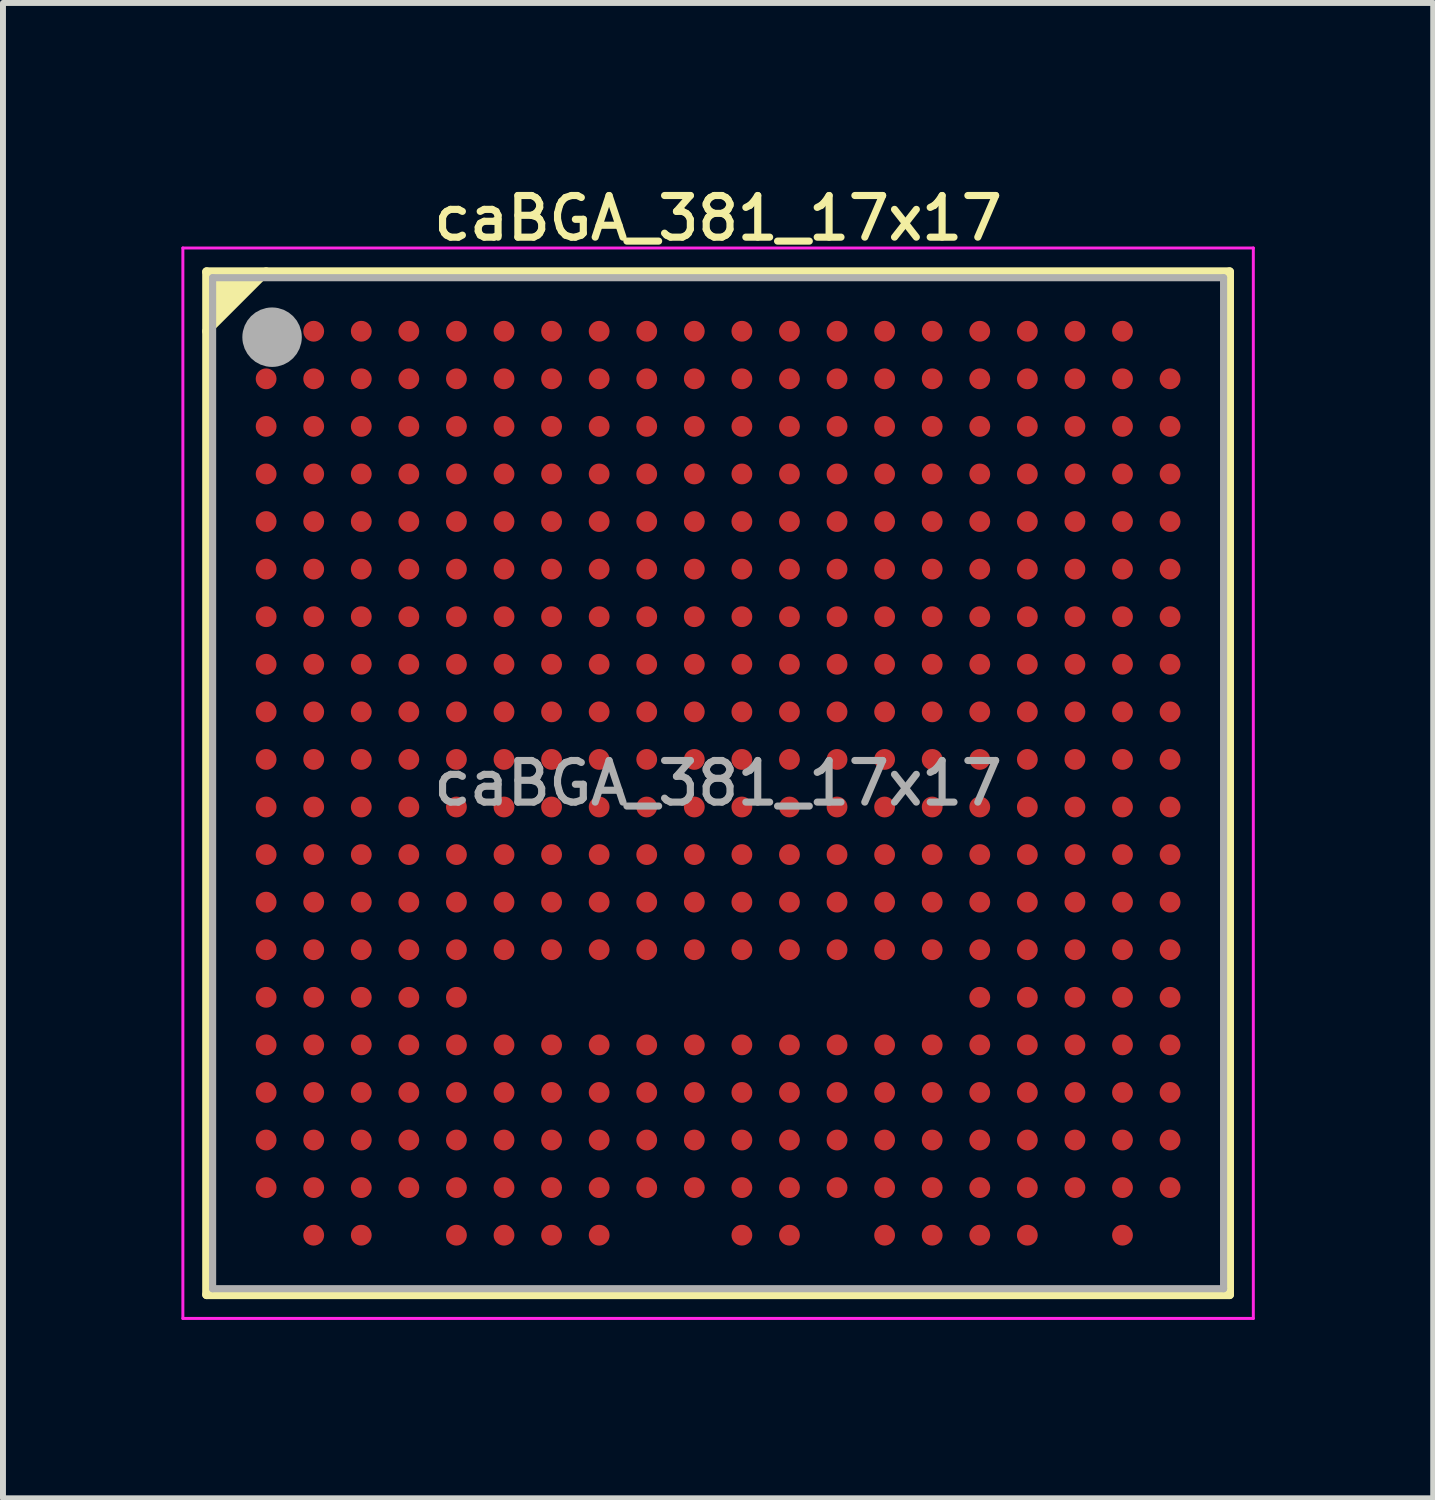
<source format=kicad_pcb>
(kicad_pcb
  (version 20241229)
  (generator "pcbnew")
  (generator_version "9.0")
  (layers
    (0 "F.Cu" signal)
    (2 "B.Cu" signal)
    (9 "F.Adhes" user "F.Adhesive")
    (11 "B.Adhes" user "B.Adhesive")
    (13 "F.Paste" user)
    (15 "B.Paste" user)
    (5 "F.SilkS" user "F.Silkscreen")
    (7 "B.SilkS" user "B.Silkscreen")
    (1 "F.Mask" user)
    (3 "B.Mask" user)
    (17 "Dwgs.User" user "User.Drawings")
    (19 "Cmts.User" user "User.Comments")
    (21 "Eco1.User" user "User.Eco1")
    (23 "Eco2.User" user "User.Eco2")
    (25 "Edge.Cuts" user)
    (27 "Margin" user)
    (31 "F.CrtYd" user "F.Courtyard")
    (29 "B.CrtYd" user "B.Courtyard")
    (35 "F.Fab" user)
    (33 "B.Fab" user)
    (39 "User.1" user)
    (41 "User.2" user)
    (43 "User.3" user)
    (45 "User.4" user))
  (footprint "caBGA_381_17x17"
    (layer "F.Cu")
    (at 9.025 10.12)
    (property "Reference" "caBGA_381_17x17" (at 0 -9.5 0) (layer "F.SilkS") (effects (font (size 0.7 0.7) (thickness 0.12))))
    (property "Value" "${VALUE}" (at 0 7.5 0) (layer "F.Fab") (hide yes) (effects (font (size 0.7 0.7) (thickness 0.12))))
    (attr through_hole)
    (fp_line (start -8.6 -8.6) (end 8.6 -8.6) (stroke (width 0.15) (type solid)) (layer "F.SilkS"))
    (fp_line (start -8.6 8.6) (end -8.6 -8.6) (stroke (width 0.15) (type solid)) (layer "F.SilkS"))
    (fp_line (start -7.6 -8.6) (end -8.6 -7.6) (stroke (width 0.15) (type solid)) (layer "F.SilkS"))
    (fp_line (start 8.6 -8.6) (end 8.6 8.6) (stroke (width 0.15) (type solid)) (layer "F.SilkS"))
    (fp_line (start 8.6 8.6) (end -8.6 8.6) (stroke (width 0.15) (type solid)) (layer "F.SilkS"))
    (fp_poly (pts (xy -8.6 -7.6) (xy -8.6 -8.6) (xy -7.6 -8.6)) (stroke (width 0.1) (type solid)) (fill yes) (layer "F.SilkS"))
    (fp_line (start -9 -9) (end 9 -9) (stroke (width 0.05) (type solid)) (layer "F.CrtYd"))
    (fp_line (start -9 9) (end -9 -9) (stroke (width 0.05) (type solid)) (layer "F.CrtYd"))
    (fp_line (start 9 -9) (end 9 9) (stroke (width 0.05) (type solid)) (layer "F.CrtYd"))
    (fp_line (start 9 9) (end -9 9) (stroke (width 0.05) (type solid)) (layer "F.CrtYd"))
    (fp_line (start -8.5 -8.5) (end 8.5 -8.5) (stroke (width 0.12) (type solid)) (layer "F.Fab"))
    (fp_line (start -8.5 8.5) (end -8.5 -8.5) (stroke (width 0.12) (type solid)) (layer "F.Fab"))
    (fp_line (start 8.5 -8.5) (end 8.5 8.5) (stroke (width 0.12) (type solid)) (layer "F.Fab"))
    (fp_line (start 8.5 8.5) (end -8.5 8.5) (stroke (width 0.12) (type solid)) (layer "F.Fab"))
    (fp_circle (center -7.5 -7.5) (end -7.25 -7.5) (stroke (width 0.5) (type solid)) (fill no) (layer "F.Fab"))
    (fp_text user "${REFERENCE}" (at 0 0 0) (layer "F.Fab") (effects (font (size 0.7 0.7) (thickness 0.12))))
    (pad "A2" smd circle (at -6.8 -7.6 90) (size 0.35 0.35) (layers "F.Cu" "F.Mask" "F.Paste"))
    (pad "A3" smd circle (at -6 -7.6 90) (size 0.35 0.35) (layers "F.Cu" "F.Mask" "F.Paste"))
    (pad "A4" smd circle (at -5.2 -7.6 90) (size 0.35 0.35) (layers "F.Cu" "F.Mask" "F.Paste"))
    (pad "A5" smd circle (at -4.4 -7.6 90) (size 0.35 0.35) (layers "F.Cu" "F.Mask" "F.Paste"))
    (pad "A6" smd circle (at -3.6 -7.6 90) (size 0.35 0.35) (layers "F.Cu" "F.Mask" "F.Paste"))
    (pad "A7" smd circle (at -2.8 -7.6 90) (size 0.35 0.35) (layers "F.Cu" "F.Mask" "F.Paste"))
    (pad "A8" smd circle (at -2 -7.6 90) (size 0.35 0.35) (layers "F.Cu" "F.Mask" "F.Paste"))
    (pad "A9" smd circle (at -1.2 -7.6 90) (size 0.35 0.35) (layers "F.Cu" "F.Mask" "F.Paste"))
    (pad "A10" smd circle (at -0.4 -7.6 90) (size 0.35 0.35) (layers "F.Cu" "F.Mask" "F.Paste"))
    (pad "A11" smd circle (at 0.4 -7.6 90) (size 0.35 0.35) (layers "F.Cu" "F.Mask" "F.Paste"))
    (pad "A12" smd circle (at 1.2 -7.6 90) (size 0.35 0.35) (layers "F.Cu" "F.Mask" "F.Paste"))
    (pad "A13" smd circle (at 2 -7.6 90) (size 0.35 0.35) (layers "F.Cu" "F.Mask" "F.Paste"))
    (pad "A14" smd circle (at 2.8 -7.6 90) (size 0.35 0.35) (layers "F.Cu" "F.Mask" "F.Paste"))
    (pad "A15" smd circle (at 3.6 -7.6 90) (size 0.35 0.35) (layers "F.Cu" "F.Mask" "F.Paste"))
    (pad "A16" smd circle (at 4.4 -7.6 90) (size 0.35 0.35) (layers "F.Cu" "F.Mask" "F.Paste"))
    (pad "A17" smd circle (at 5.2 -7.6 90) (size 0.35 0.35) (layers "F.Cu" "F.Mask" "F.Paste"))
    (pad "A18" smd circle (at 6 -7.6 90) (size 0.35 0.35) (layers "F.Cu" "F.Mask" "F.Paste"))
    (pad "A19" smd circle (at 6.8 -7.6 90) (size 0.35 0.35) (layers "F.Cu" "F.Mask" "F.Paste"))
    (pad "B1" smd circle (at -7.6 -6.8 90) (size 0.35 0.35) (layers "F.Cu" "F.Mask" "F.Paste"))
    (pad "B2" smd circle (at -6.8 -6.8 90) (size 0.35 0.35) (layers "F.Cu" "F.Mask" "F.Paste"))
    (pad "B3" smd circle (at -6 -6.8 90) (size 0.35 0.35) (layers "F.Cu" "F.Mask" "F.Paste"))
    (pad "B4" smd circle (at -5.2 -6.8 90) (size 0.35 0.35) (layers "F.Cu" "F.Mask" "F.Paste"))
    (pad "B5" smd circle (at -4.4 -6.8 90) (size 0.35 0.35) (layers "F.Cu" "F.Mask" "F.Paste"))
    (pad "B6" smd circle (at -3.6 -6.8 90) (size 0.35 0.35) (layers "F.Cu" "F.Mask" "F.Paste"))
    (pad "B7" smd circle (at -2.8 -6.8 90) (size 0.35 0.35) (layers "F.Cu" "F.Mask" "F.Paste"))
    (pad "B8" smd circle (at -2 -6.8 90) (size 0.35 0.35) (layers "F.Cu" "F.Mask" "F.Paste"))
    (pad "B9" smd circle (at -1.2 -6.8 90) (size 0.35 0.35) (layers "F.Cu" "F.Mask" "F.Paste"))
    (pad "B10" smd circle (at -0.4 -6.8 90) (size 0.35 0.35) (layers "F.Cu" "F.Mask" "F.Paste"))
    (pad "B11" smd circle (at 0.4 -6.8 90) (size 0.35 0.35) (layers "F.Cu" "F.Mask" "F.Paste"))
    (pad "B12" smd circle (at 1.2 -6.8 90) (size 0.35 0.35) (layers "F.Cu" "F.Mask" "F.Paste"))
    (pad "B13" smd circle (at 2 -6.8 90) (size 0.35 0.35) (layers "F.Cu" "F.Mask" "F.Paste"))
    (pad "B14" smd circle (at 2.8 -6.8 90) (size 0.35 0.35) (layers "F.Cu" "F.Mask" "F.Paste"))
    (pad "B15" smd circle (at 3.6 -6.8 90) (size 0.35 0.35) (layers "F.Cu" "F.Mask" "F.Paste"))
    (pad "B16" smd circle (at 4.4 -6.8 90) (size 0.35 0.35) (layers "F.Cu" "F.Mask" "F.Paste"))
    (pad "B17" smd circle (at 5.2 -6.8 90) (size 0.35 0.35) (layers "F.Cu" "F.Mask" "F.Paste"))
    (pad "B18" smd circle (at 6 -6.8 90) (size 0.35 0.35) (layers "F.Cu" "F.Mask" "F.Paste"))
    (pad "B19" smd circle (at 6.8 -6.8 90) (size 0.35 0.35) (layers "F.Cu" "F.Mask" "F.Paste"))
    (pad "B20" smd circle (at 7.6 -6.8 90) (size 0.35 0.35) (layers "F.Cu" "F.Mask" "F.Paste"))
    (pad "C1" smd circle (at -7.6 -6 90) (size 0.35 0.35) (layers "F.Cu" "F.Mask" "F.Paste"))
    (pad "C2" smd circle (at -6.8 -6 90) (size 0.35 0.35) (layers "F.Cu" "F.Mask" "F.Paste"))
    (pad "C3" smd circle (at -6 -6 90) (size 0.35 0.35) (layers "F.Cu" "F.Mask" "F.Paste"))
    (pad "C4" smd circle (at -5.2 -6 90) (size 0.35 0.35) (layers "F.Cu" "F.Mask" "F.Paste"))
    (pad "C5" smd circle (at -4.4 -6 90) (size 0.35 0.35) (layers "F.Cu" "F.Mask" "F.Paste"))
    (pad "C6" smd circle (at -3.6 -6 90) (size 0.35 0.35) (layers "F.Cu" "F.Mask" "F.Paste"))
    (pad "C7" smd circle (at -2.8 -6 90) (size 0.35 0.35) (layers "F.Cu" "F.Mask" "F.Paste"))
    (pad "C8" smd circle (at -2 -6 90) (size 0.35 0.35) (layers "F.Cu" "F.Mask" "F.Paste"))
    (pad "C9" smd circle (at -1.2 -6 90) (size 0.35 0.35) (layers "F.Cu" "F.Mask" "F.Paste"))
    (pad "C10" smd circle (at -0.4 -6 90) (size 0.35 0.35) (layers "F.Cu" "F.Mask" "F.Paste"))
    (pad "C11" smd circle (at 0.4 -6 90) (size 0.35 0.35) (layers "F.Cu" "F.Mask" "F.Paste"))
    (pad "C12" smd circle (at 1.2 -6 90) (size 0.35 0.35) (layers "F.Cu" "F.Mask" "F.Paste"))
    (pad "C13" smd circle (at 2 -6 90) (size 0.35 0.35) (layers "F.Cu" "F.Mask" "F.Paste"))
    (pad "C14" smd circle (at 2.8 -6 90) (size 0.35 0.35) (layers "F.Cu" "F.Mask" "F.Paste"))
    (pad "C15" smd circle (at 3.6 -6 90) (size 0.35 0.35) (layers "F.Cu" "F.Mask" "F.Paste"))
    (pad "C16" smd circle (at 4.4 -6 90) (size 0.35 0.35) (layers "F.Cu" "F.Mask" "F.Paste"))
    (pad "C17" smd circle (at 5.2 -6 90) (size 0.35 0.35) (layers "F.Cu" "F.Mask" "F.Paste"))
    (pad "C18" smd circle (at 6 -6 90) (size 0.35 0.35) (layers "F.Cu" "F.Mask" "F.Paste"))
    (pad "C19" smd circle (at 6.8 -6 90) (size 0.35 0.35) (layers "F.Cu" "F.Mask" "F.Paste"))
    (pad "C20" smd circle (at 7.6 -6 90) (size 0.35 0.35) (layers "F.Cu" "F.Mask" "F.Paste"))
    (pad "D1" smd circle (at -7.6 -5.2 90) (size 0.35 0.35) (layers "F.Cu" "F.Mask" "F.Paste"))
    (pad "D2" smd circle (at -6.8 -5.2 90) (size 0.35 0.35) (layers "F.Cu" "F.Mask" "F.Paste"))
    (pad "D3" smd circle (at -6 -5.2 90) (size 0.35 0.35) (layers "F.Cu" "F.Mask" "F.Paste"))
    (pad "D4" smd circle (at -5.2 -5.2 90) (size 0.35 0.35) (layers "F.Cu" "F.Mask" "F.Paste"))
    (pad "D5" smd circle (at -4.4 -5.2 90) (size 0.35 0.35) (layers "F.Cu" "F.Mask" "F.Paste"))
    (pad "D6" smd circle (at -3.6 -5.2 90) (size 0.35 0.35) (layers "F.Cu" "F.Mask" "F.Paste"))
    (pad "D7" smd circle (at -2.8 -5.2 90) (size 0.35 0.35) (layers "F.Cu" "F.Mask" "F.Paste"))
    (pad "D8" smd circle (at -2 -5.2 90) (size 0.35 0.35) (layers "F.Cu" "F.Mask" "F.Paste"))
    (pad "D9" smd circle (at -1.2 -5.2 90) (size 0.35 0.35) (layers "F.Cu" "F.Mask" "F.Paste"))
    (pad "D10" smd circle (at -0.4 -5.2 90) (size 0.35 0.35) (layers "F.Cu" "F.Mask" "F.Paste"))
    (pad "D11" smd circle (at 0.4 -5.2 90) (size 0.35 0.35) (layers "F.Cu" "F.Mask" "F.Paste"))
    (pad "D12" smd circle (at 1.2 -5.2 90) (size 0.35 0.35) (layers "F.Cu" "F.Mask" "F.Paste"))
    (pad "D13" smd circle (at 2 -5.2 90) (size 0.35 0.35) (layers "F.Cu" "F.Mask" "F.Paste"))
    (pad "D14" smd circle (at 2.8 -5.2 90) (size 0.35 0.35) (layers "F.Cu" "F.Mask" "F.Paste"))
    (pad "D15" smd circle (at 3.6 -5.2 90) (size 0.35 0.35) (layers "F.Cu" "F.Mask" "F.Paste"))
    (pad "D16" smd circle (at 4.4 -5.2 90) (size 0.35 0.35) (layers "F.Cu" "F.Mask" "F.Paste"))
    (pad "D17" smd circle (at 5.2 -5.2 90) (size 0.35 0.35) (layers "F.Cu" "F.Mask" "F.Paste"))
    (pad "D18" smd circle (at 6 -5.2 90) (size 0.35 0.35) (layers "F.Cu" "F.Mask" "F.Paste"))
    (pad "D19" smd circle (at 6.8 -5.2 90) (size 0.35 0.35) (layers "F.Cu" "F.Mask" "F.Paste"))
    (pad "D20" smd circle (at 7.6 -5.2 90) (size 0.35 0.35) (layers "F.Cu" "F.Mask" "F.Paste"))
    (pad "E1" smd circle (at -7.6 -4.4 90) (size 0.35 0.35) (layers "F.Cu" "F.Mask" "F.Paste"))
    (pad "E2" smd circle (at -6.8 -4.4 90) (size 0.35 0.35) (layers "F.Cu" "F.Mask" "F.Paste"))
    (pad "E3" smd circle (at -6 -4.4 90) (size 0.35 0.35) (layers "F.Cu" "F.Mask" "F.Paste"))
    (pad "E4" smd circle (at -5.2 -4.4 90) (size 0.35 0.35) (layers "F.Cu" "F.Mask" "F.Paste"))
    (pad "E5" smd circle (at -4.4 -4.4 90) (size 0.35 0.35) (layers "F.Cu" "F.Mask" "F.Paste"))
    (pad "E6" smd circle (at -3.6 -4.4 90) (size 0.35 0.35) (layers "F.Cu" "F.Mask" "F.Paste"))
    (pad "E7" smd circle (at -2.8 -4.4 90) (size 0.35 0.35) (layers "F.Cu" "F.Mask" "F.Paste"))
    (pad "E8" smd circle (at -2 -4.4 90) (size 0.35 0.35) (layers "F.Cu" "F.Mask" "F.Paste"))
    (pad "E9" smd circle (at -1.2 -4.4 90) (size 0.35 0.35) (layers "F.Cu" "F.Mask" "F.Paste"))
    (pad "E10" smd circle (at -0.4 -4.4 90) (size 0.35 0.35) (layers "F.Cu" "F.Mask" "F.Paste"))
    (pad "E11" smd circle (at 0.4 -4.4 90) (size 0.35 0.35) (layers "F.Cu" "F.Mask" "F.Paste"))
    (pad "E12" smd circle (at 1.2 -4.4 90) (size 0.35 0.35) (layers "F.Cu" "F.Mask" "F.Paste"))
    (pad "E13" smd circle (at 2 -4.4 90) (size 0.35 0.35) (layers "F.Cu" "F.Mask" "F.Paste"))
    (pad "E14" smd circle (at 2.8 -4.4 90) (size 0.35 0.35) (layers "F.Cu" "F.Mask" "F.Paste"))
    (pad "E15" smd circle (at 3.6 -4.4 90) (size 0.35 0.35) (layers "F.Cu" "F.Mask" "F.Paste"))
    (pad "E16" smd circle (at 4.4 -4.4 90) (size 0.35 0.35) (layers "F.Cu" "F.Mask" "F.Paste"))
    (pad "E17" smd circle (at 5.2 -4.4 90) (size 0.35 0.35) (layers "F.Cu" "F.Mask" "F.Paste"))
    (pad "E18" smd circle (at 6 -4.4 90) (size 0.35 0.35) (layers "F.Cu" "F.Mask" "F.Paste"))
    (pad "E19" smd circle (at 6.8 -4.4 90) (size 0.35 0.35) (layers "F.Cu" "F.Mask" "F.Paste"))
    (pad "E20" smd circle (at 7.6 -4.4 90) (size 0.35 0.35) (layers "F.Cu" "F.Mask" "F.Paste"))
    (pad "F1" smd circle (at -7.6 -3.6 90) (size 0.35 0.35) (layers "F.Cu" "F.Mask" "F.Paste"))
    (pad "F2" smd circle (at -6.8 -3.6 90) (size 0.35 0.35) (layers "F.Cu" "F.Mask" "F.Paste"))
    (pad "F3" smd circle (at -6 -3.6 90) (size 0.35 0.35) (layers "F.Cu" "F.Mask" "F.Paste"))
    (pad "F4" smd circle (at -5.2 -3.6 90) (size 0.35 0.35) (layers "F.Cu" "F.Mask" "F.Paste"))
    (pad "F5" smd circle (at -4.4 -3.6 90) (size 0.35 0.35) (layers "F.Cu" "F.Mask" "F.Paste"))
    (pad "F6" smd circle (at -3.6 -3.6 90) (size 0.35 0.35) (layers "F.Cu" "F.Mask" "F.Paste"))
    (pad "F7" smd circle (at -2.8 -3.6 90) (size 0.35 0.35) (layers "F.Cu" "F.Mask" "F.Paste"))
    (pad "F8" smd circle (at -2 -3.6 90) (size 0.35 0.35) (layers "F.Cu" "F.Mask" "F.Paste"))
    (pad "F9" smd circle (at -1.2 -3.6 90) (size 0.35 0.35) (layers "F.Cu" "F.Mask" "F.Paste"))
    (pad "F10" smd circle (at -0.4 -3.6 90) (size 0.35 0.35) (layers "F.Cu" "F.Mask" "F.Paste"))
    (pad "F11" smd circle (at 0.4 -3.6 90) (size 0.35 0.35) (layers "F.Cu" "F.Mask" "F.Paste"))
    (pad "F12" smd circle (at 1.2 -3.6 90) (size 0.35 0.35) (layers "F.Cu" "F.Mask" "F.Paste"))
    (pad "F13" smd circle (at 2 -3.6 90) (size 0.35 0.35) (layers "F.Cu" "F.Mask" "F.Paste"))
    (pad "F14" smd circle (at 2.8 -3.6 90) (size 0.35 0.35) (layers "F.Cu" "F.Mask" "F.Paste"))
    (pad "F15" smd circle (at 3.6 -3.6 90) (size 0.35 0.35) (layers "F.Cu" "F.Mask" "F.Paste"))
    (pad "F16" smd circle (at 4.4 -3.6 90) (size 0.35 0.35) (layers "F.Cu" "F.Mask" "F.Paste"))
    (pad "F17" smd circle (at 5.2 -3.6 90) (size 0.35 0.35) (layers "F.Cu" "F.Mask" "F.Paste"))
    (pad "F18" smd circle (at 6 -3.6 90) (size 0.35 0.35) (layers "F.Cu" "F.Mask" "F.Paste"))
    (pad "F19" smd circle (at 6.8 -3.6 90) (size 0.35 0.35) (layers "F.Cu" "F.Mask" "F.Paste"))
    (pad "F20" smd circle (at 7.6 -3.6 90) (size 0.35 0.35) (layers "F.Cu" "F.Mask" "F.Paste"))
    (pad "G1" smd circle (at -7.6 -2.8 90) (size 0.35 0.35) (layers "F.Cu" "F.Mask" "F.Paste"))
    (pad "G2" smd circle (at -6.8 -2.8 90) (size 0.35 0.35) (layers "F.Cu" "F.Mask" "F.Paste"))
    (pad "G3" smd circle (at -6 -2.8 90) (size 0.35 0.35) (layers "F.Cu" "F.Mask" "F.Paste"))
    (pad "G4" smd circle (at -5.2 -2.8 90) (size 0.35 0.35) (layers "F.Cu" "F.Mask" "F.Paste"))
    (pad "G5" smd circle (at -4.4 -2.8 90) (size 0.35 0.35) (layers "F.Cu" "F.Mask" "F.Paste"))
    (pad "G6" smd circle (at -3.6 -2.8 90) (size 0.35 0.35) (layers "F.Cu" "F.Mask" "F.Paste"))
    (pad "G7" smd circle (at -2.8 -2.8 90) (size 0.35 0.35) (layers "F.Cu" "F.Mask" "F.Paste"))
    (pad "G8" smd circle (at -2 -2.8 90) (size 0.35 0.35) (layers "F.Cu" "F.Mask" "F.Paste"))
    (pad "G9" smd circle (at -1.2 -2.8 90) (size 0.35 0.35) (layers "F.Cu" "F.Mask" "F.Paste"))
    (pad "G10" smd circle (at -0.4 -2.8 90) (size 0.35 0.35) (layers "F.Cu" "F.Mask" "F.Paste"))
    (pad "G11" smd circle (at 0.4 -2.8 90) (size 0.35 0.35) (layers "F.Cu" "F.Mask" "F.Paste"))
    (pad "G12" smd circle (at 1.2 -2.8 90) (size 0.35 0.35) (layers "F.Cu" "F.Mask" "F.Paste"))
    (pad "G13" smd circle (at 2 -2.8 90) (size 0.35 0.35) (layers "F.Cu" "F.Mask" "F.Paste"))
    (pad "G14" smd circle (at 2.8 -2.8 90) (size 0.35 0.35) (layers "F.Cu" "F.Mask" "F.Paste"))
    (pad "G15" smd circle (at 3.6 -2.8 90) (size 0.35 0.35) (layers "F.Cu" "F.Mask" "F.Paste"))
    (pad "G16" smd circle (at 4.4 -2.8 90) (size 0.35 0.35) (layers "F.Cu" "F.Mask" "F.Paste"))
    (pad "G17" smd circle (at 5.2 -2.8 90) (size 0.35 0.35) (layers "F.Cu" "F.Mask" "F.Paste"))
    (pad "G18" smd circle (at 6 -2.8 90) (size 0.35 0.35) (layers "F.Cu" "F.Mask" "F.Paste"))
    (pad "G19" smd circle (at 6.8 -2.8 90) (size 0.35 0.35) (layers "F.Cu" "F.Mask" "F.Paste"))
    (pad "G20" smd circle (at 7.6 -2.8 90) (size 0.35 0.35) (layers "F.Cu" "F.Mask" "F.Paste"))
    (pad "H1" smd circle (at -7.6 -2 90) (size 0.35 0.35) (layers "F.Cu" "F.Mask" "F.Paste"))
    (pad "H2" smd circle (at -6.8 -2 90) (size 0.35 0.35) (layers "F.Cu" "F.Mask" "F.Paste"))
    (pad "H3" smd circle (at -6 -2 90) (size 0.35 0.35) (layers "F.Cu" "F.Mask" "F.Paste"))
    (pad "H4" smd circle (at -5.2 -2 90) (size 0.35 0.35) (layers "F.Cu" "F.Mask" "F.Paste"))
    (pad "H5" smd circle (at -4.4 -2 90) (size 0.35 0.35) (layers "F.Cu" "F.Mask" "F.Paste"))
    (pad "H6" smd circle (at -3.6 -2 90) (size 0.35 0.35) (layers "F.Cu" "F.Mask" "F.Paste"))
    (pad "H7" smd circle (at -2.8 -2 90) (size 0.35 0.35) (layers "F.Cu" "F.Mask" "F.Paste"))
    (pad "H8" smd circle (at -2 -2 90) (size 0.35 0.35) (layers "F.Cu" "F.Mask" "F.Paste"))
    (pad "H9" smd circle (at -1.2 -2 90) (size 0.35 0.35) (layers "F.Cu" "F.Mask" "F.Paste"))
    (pad "H10" smd circle (at -0.4 -2 90) (size 0.35 0.35) (layers "F.Cu" "F.Mask" "F.Paste"))
    (pad "H11" smd circle (at 0.4 -2 90) (size 0.35 0.35) (layers "F.Cu" "F.Mask" "F.Paste"))
    (pad "H12" smd circle (at 1.2 -2 90) (size 0.35 0.35) (layers "F.Cu" "F.Mask" "F.Paste"))
    (pad "H13" smd circle (at 2 -2 90) (size 0.35 0.35) (layers "F.Cu" "F.Mask" "F.Paste"))
    (pad "H14" smd circle (at 2.8 -2 90) (size 0.35 0.35) (layers "F.Cu" "F.Mask" "F.Paste"))
    (pad "H15" smd circle (at 3.6 -2 90) (size 0.35 0.35) (layers "F.Cu" "F.Mask" "F.Paste"))
    (pad "H16" smd circle (at 4.4 -2 90) (size 0.35 0.35) (layers "F.Cu" "F.Mask" "F.Paste"))
    (pad "H17" smd circle (at 5.2 -2 90) (size 0.35 0.35) (layers "F.Cu" "F.Mask" "F.Paste"))
    (pad "H18" smd circle (at 6 -2 90) (size 0.35 0.35) (layers "F.Cu" "F.Mask" "F.Paste"))
    (pad "H19" smd circle (at 6.8 -2 90) (size 0.35 0.35) (layers "F.Cu" "F.Mask" "F.Paste"))
    (pad "H20" smd circle (at 7.6 -2 90) (size 0.35 0.35) (layers "F.Cu" "F.Mask" "F.Paste"))
    (pad "J1" smd circle (at -7.6 -1.2 90) (size 0.35 0.35) (layers "F.Cu" "F.Mask" "F.Paste"))
    (pad "J2" smd circle (at -6.8 -1.2 90) (size 0.35 0.35) (layers "F.Cu" "F.Mask" "F.Paste"))
    (pad "J3" smd circle (at -6 -1.2 90) (size 0.35 0.35) (layers "F.Cu" "F.Mask" "F.Paste"))
    (pad "J4" smd circle (at -5.2 -1.2 90) (size 0.35 0.35) (layers "F.Cu" "F.Mask" "F.Paste"))
    (pad "J5" smd circle (at -4.4 -1.2 90) (size 0.35 0.35) (layers "F.Cu" "F.Mask" "F.Paste"))
    (pad "J6" smd circle (at -3.6 -1.2 90) (size 0.35 0.35) (layers "F.Cu" "F.Mask" "F.Paste"))
    (pad "J7" smd circle (at -2.8 -1.2 90) (size 0.35 0.35) (layers "F.Cu" "F.Mask" "F.Paste"))
    (pad "J8" smd circle (at -2 -1.2 90) (size 0.35 0.35) (layers "F.Cu" "F.Mask" "F.Paste"))
    (pad "J9" smd circle (at -1.2 -1.2 90) (size 0.35 0.35) (layers "F.Cu" "F.Mask" "F.Paste"))
    (pad "J10" smd circle (at -0.4 -1.2 90) (size 0.35 0.35) (layers "F.Cu" "F.Mask" "F.Paste"))
    (pad "J11" smd circle (at 0.4 -1.2 90) (size 0.35 0.35) (layers "F.Cu" "F.Mask" "F.Paste"))
    (pad "J12" smd circle (at 1.2 -1.2 90) (size 0.35 0.35) (layers "F.Cu" "F.Mask" "F.Paste"))
    (pad "J13" smd circle (at 2 -1.2 90) (size 0.35 0.35) (layers "F.Cu" "F.Mask" "F.Paste"))
    (pad "J14" smd circle (at 2.8 -1.2 90) (size 0.35 0.35) (layers "F.Cu" "F.Mask" "F.Paste"))
    (pad "J15" smd circle (at 3.6 -1.2 90) (size 0.35 0.35) (layers "F.Cu" "F.Mask" "F.Paste"))
    (pad "J16" smd circle (at 4.4 -1.2 90) (size 0.35 0.35) (layers "F.Cu" "F.Mask" "F.Paste"))
    (pad "J17" smd circle (at 5.2 -1.2 90) (size 0.35 0.35) (layers "F.Cu" "F.Mask" "F.Paste"))
    (pad "J18" smd circle (at 6 -1.2 90) (size 0.35 0.35) (layers "F.Cu" "F.Mask" "F.Paste"))
    (pad "J19" smd circle (at 6.8 -1.2 90) (size 0.35 0.35) (layers "F.Cu" "F.Mask" "F.Paste"))
    (pad "J20" smd circle (at 7.6 -1.2 90) (size 0.35 0.35) (layers "F.Cu" "F.Mask" "F.Paste"))
    (pad "K1" smd circle (at -7.6 -0.4 90) (size 0.35 0.35) (layers "F.Cu" "F.Mask" "F.Paste"))
    (pad "K2" smd circle (at -6.8 -0.4 90) (size 0.35 0.35) (layers "F.Cu" "F.Mask" "F.Paste"))
    (pad "K3" smd circle (at -6 -0.4 90) (size 0.35 0.35) (layers "F.Cu" "F.Mask" "F.Paste"))
    (pad "K4" smd circle (at -5.2 -0.4 90) (size 0.35 0.35) (layers "F.Cu" "F.Mask" "F.Paste"))
    (pad "K5" smd circle (at -4.4 -0.4 90) (size 0.35 0.35) (layers "F.Cu" "F.Mask" "F.Paste"))
    (pad "K6" smd circle (at -3.6 -0.4 90) (size 0.35 0.35) (layers "F.Cu" "F.Mask" "F.Paste"))
    (pad "K7" smd circle (at -2.8 -0.4 90) (size 0.35 0.35) (layers "F.Cu" "F.Mask" "F.Paste"))
    (pad "K8" smd circle (at -2 -0.4 90) (size 0.35 0.35) (layers "F.Cu" "F.Mask" "F.Paste"))
    (pad "K9" smd circle (at -1.2 -0.4 90) (size 0.35 0.35) (layers "F.Cu" "F.Mask" "F.Paste"))
    (pad "K10" smd circle (at -0.4 -0.4 90) (size 0.35 0.35) (layers "F.Cu" "F.Mask" "F.Paste"))
    (pad "K11" smd circle (at 0.4 -0.4 90) (size 0.35 0.35) (layers "F.Cu" "F.Mask" "F.Paste"))
    (pad "K12" smd circle (at 1.2 -0.4 90) (size 0.35 0.35) (layers "F.Cu" "F.Mask" "F.Paste"))
    (pad "K13" smd circle (at 2 -0.4 90) (size 0.35 0.35) (layers "F.Cu" "F.Mask" "F.Paste"))
    (pad "K14" smd circle (at 2.8 -0.4 90) (size 0.35 0.35) (layers "F.Cu" "F.Mask" "F.Paste"))
    (pad "K15" smd circle (at 3.6 -0.4 90) (size 0.35 0.35) (layers "F.Cu" "F.Mask" "F.Paste"))
    (pad "K16" smd circle (at 4.4 -0.4 90) (size 0.35 0.35) (layers "F.Cu" "F.Mask" "F.Paste"))
    (pad "K17" smd circle (at 5.2 -0.4 90) (size 0.35 0.35) (layers "F.Cu" "F.Mask" "F.Paste"))
    (pad "K18" smd circle (at 6 -0.4 90) (size 0.35 0.35) (layers "F.Cu" "F.Mask" "F.Paste"))
    (pad "K19" smd circle (at 6.8 -0.4 90) (size 0.35 0.35) (layers "F.Cu" "F.Mask" "F.Paste"))
    (pad "K20" smd circle (at 7.6 -0.4 90) (size 0.35 0.35) (layers "F.Cu" "F.Mask" "F.Paste"))
    (pad "L1" smd circle (at -7.6 0.4 90) (size 0.35 0.35) (layers "F.Cu" "F.Mask" "F.Paste"))
    (pad "L2" smd circle (at -6.8 0.4 90) (size 0.35 0.35) (layers "F.Cu" "F.Mask" "F.Paste"))
    (pad "L3" smd circle (at -6 0.4 90) (size 0.35 0.35) (layers "F.Cu" "F.Mask" "F.Paste"))
    (pad "L4" smd circle (at -5.2 0.4 90) (size 0.35 0.35) (layers "F.Cu" "F.Mask" "F.Paste"))
    (pad "L5" smd circle (at -4.4 0.4 90) (size 0.35 0.35) (layers "F.Cu" "F.Mask" "F.Paste"))
    (pad "L6" smd circle (at -3.6 0.4 90) (size 0.35 0.35) (layers "F.Cu" "F.Mask" "F.Paste"))
    (pad "L7" smd circle (at -2.8 0.4 90) (size 0.35 0.35) (layers "F.Cu" "F.Mask" "F.Paste"))
    (pad "L8" smd circle (at -2 0.4 90) (size 0.35 0.35) (layers "F.Cu" "F.Mask" "F.Paste"))
    (pad "L9" smd circle (at -1.2 0.4 90) (size 0.35 0.35) (layers "F.Cu" "F.Mask" "F.Paste"))
    (pad "L10" smd circle (at -0.4 0.4 90) (size 0.35 0.35) (layers "F.Cu" "F.Mask" "F.Paste"))
    (pad "L11" smd circle (at 0.4 0.4 90) (size 0.35 0.35) (layers "F.Cu" "F.Mask" "F.Paste"))
    (pad "L12" smd circle (at 1.2 0.4 90) (size 0.35 0.35) (layers "F.Cu" "F.Mask" "F.Paste"))
    (pad "L13" smd circle (at 2 0.4 90) (size 0.35 0.35) (layers "F.Cu" "F.Mask" "F.Paste"))
    (pad "L14" smd circle (at 2.8 0.4 90) (size 0.35 0.35) (layers "F.Cu" "F.Mask" "F.Paste"))
    (pad "L15" smd circle (at 3.6 0.4 90) (size 0.35 0.35) (layers "F.Cu" "F.Mask" "F.Paste"))
    (pad "L16" smd circle (at 4.4 0.4 90) (size 0.35 0.35) (layers "F.Cu" "F.Mask" "F.Paste"))
    (pad "L17" smd circle (at 5.2 0.4 90) (size 0.35 0.35) (layers "F.Cu" "F.Mask" "F.Paste"))
    (pad "L18" smd circle (at 6 0.4 90) (size 0.35 0.35) (layers "F.Cu" "F.Mask" "F.Paste"))
    (pad "L19" smd circle (at 6.8 0.4 90) (size 0.35 0.35) (layers "F.Cu" "F.Mask" "F.Paste"))
    (pad "L20" smd circle (at 7.6 0.4 90) (size 0.35 0.35) (layers "F.Cu" "F.Mask" "F.Paste"))
    (pad "M1" smd circle (at -7.6 1.2 90) (size 0.35 0.35) (layers "F.Cu" "F.Mask" "F.Paste"))
    (pad "M2" smd circle (at -6.8 1.2 90) (size 0.35 0.35) (layers "F.Cu" "F.Mask" "F.Paste"))
    (pad "M3" smd circle (at -6 1.2 90) (size 0.35 0.35) (layers "F.Cu" "F.Mask" "F.Paste"))
    (pad "M4" smd circle (at -5.2 1.2 90) (size 0.35 0.35) (layers "F.Cu" "F.Mask" "F.Paste"))
    (pad "M5" smd circle (at -4.4 1.2 90) (size 0.35 0.35) (layers "F.Cu" "F.Mask" "F.Paste"))
    (pad "M6" smd circle (at -3.6 1.2 90) (size 0.35 0.35) (layers "F.Cu" "F.Mask" "F.Paste"))
    (pad "M7" smd circle (at -2.8 1.2 90) (size 0.35 0.35) (layers "F.Cu" "F.Mask" "F.Paste"))
    (pad "M8" smd circle (at -2 1.2 90) (size 0.35 0.35) (layers "F.Cu" "F.Mask" "F.Paste"))
    (pad "M9" smd circle (at -1.2 1.2 90) (size 0.35 0.35) (layers "F.Cu" "F.Mask" "F.Paste"))
    (pad "M10" smd circle (at -0.4 1.2 90) (size 0.35 0.35) (layers "F.Cu" "F.Mask" "F.Paste"))
    (pad "M11" smd circle (at 0.4 1.2 90) (size 0.35 0.35) (layers "F.Cu" "F.Mask" "F.Paste"))
    (pad "M12" smd circle (at 1.2 1.2 90) (size 0.35 0.35) (layers "F.Cu" "F.Mask" "F.Paste"))
    (pad "M13" smd circle (at 2 1.2 90) (size 0.35 0.35) (layers "F.Cu" "F.Mask" "F.Paste"))
    (pad "M14" smd circle (at 2.8 1.2 90) (size 0.35 0.35) (layers "F.Cu" "F.Mask" "F.Paste"))
    (pad "M15" smd circle (at 3.6 1.2 90) (size 0.35 0.35) (layers "F.Cu" "F.Mask" "F.Paste"))
    (pad "M16" smd circle (at 4.4 1.2 90) (size 0.35 0.35) (layers "F.Cu" "F.Mask" "F.Paste"))
    (pad "M17" smd circle (at 5.2 1.2 90) (size 0.35 0.35) (layers "F.Cu" "F.Mask" "F.Paste"))
    (pad "M18" smd circle (at 6 1.2 90) (size 0.35 0.35) (layers "F.Cu" "F.Mask" "F.Paste"))
    (pad "M19" smd circle (at 6.8 1.2 90) (size 0.35 0.35) (layers "F.Cu" "F.Mask" "F.Paste"))
    (pad "M20" smd circle (at 7.6 1.2 90) (size 0.35 0.35) (layers "F.Cu" "F.Mask" "F.Paste"))
    (pad "N1" smd circle (at -7.6 2 90) (size 0.35 0.35) (layers "F.Cu" "F.Mask" "F.Paste"))
    (pad "N2" smd circle (at -6.8 2 90) (size 0.35 0.35) (layers "F.Cu" "F.Mask" "F.Paste"))
    (pad "N3" smd circle (at -6 2 90) (size 0.35 0.35) (layers "F.Cu" "F.Mask" "F.Paste"))
    (pad "N4" smd circle (at -5.2 2 90) (size 0.35 0.35) (layers "F.Cu" "F.Mask" "F.Paste"))
    (pad "N5" smd circle (at -4.4 2 90) (size 0.35 0.35) (layers "F.Cu" "F.Mask" "F.Paste"))
    (pad "N6" smd circle (at -3.6 2 90) (size 0.35 0.35) (layers "F.Cu" "F.Mask" "F.Paste"))
    (pad "N7" smd circle (at -2.8 2 90) (size 0.35 0.35) (layers "F.Cu" "F.Mask" "F.Paste"))
    (pad "N8" smd circle (at -2 2 90) (size 0.35 0.35) (layers "F.Cu" "F.Mask" "F.Paste"))
    (pad "N9" smd circle (at -1.2 2 90) (size 0.35 0.35) (layers "F.Cu" "F.Mask" "F.Paste"))
    (pad "N10" smd circle (at -0.4 2 90) (size 0.35 0.35) (layers "F.Cu" "F.Mask" "F.Paste"))
    (pad "N11" smd circle (at 0.4 2 90) (size 0.35 0.35) (layers "F.Cu" "F.Mask" "F.Paste"))
    (pad "N12" smd circle (at 1.2 2 90) (size 0.35 0.35) (layers "F.Cu" "F.Mask" "F.Paste"))
    (pad "N13" smd circle (at 2 2 90) (size 0.35 0.35) (layers "F.Cu" "F.Mask" "F.Paste"))
    (pad "N14" smd circle (at 2.8 2 90) (size 0.35 0.35) (layers "F.Cu" "F.Mask" "F.Paste"))
    (pad "N15" smd circle (at 3.6 2 90) (size 0.35 0.35) (layers "F.Cu" "F.Mask" "F.Paste"))
    (pad "N16" smd circle (at 4.4 2 90) (size 0.35 0.35) (layers "F.Cu" "F.Mask" "F.Paste"))
    (pad "N17" smd circle (at 5.2 2 90) (size 0.35 0.35) (layers "F.Cu" "F.Mask" "F.Paste"))
    (pad "N18" smd circle (at 6 2 90) (size 0.35 0.35) (layers "F.Cu" "F.Mask" "F.Paste"))
    (pad "N19" smd circle (at 6.8 2 90) (size 0.35 0.35) (layers "F.Cu" "F.Mask" "F.Paste"))
    (pad "N20" smd circle (at 7.6 2 90) (size 0.35 0.35) (layers "F.Cu" "F.Mask" "F.Paste"))
    (pad "P1" smd circle (at -7.6 2.8 90) (size 0.35 0.35) (layers "F.Cu" "F.Mask" "F.Paste"))
    (pad "P2" smd circle (at -6.8 2.8 90) (size 0.35 0.35) (layers "F.Cu" "F.Mask" "F.Paste"))
    (pad "P3" smd circle (at -6 2.8 90) (size 0.35 0.35) (layers "F.Cu" "F.Mask" "F.Paste"))
    (pad "P4" smd circle (at -5.2 2.8 90) (size 0.35 0.35) (layers "F.Cu" "F.Mask" "F.Paste"))
    (pad "P5" smd circle (at -4.4 2.8 90) (size 0.35 0.35) (layers "F.Cu" "F.Mask" "F.Paste"))
    (pad "P6" smd circle (at -3.6 2.8 90) (size 0.35 0.35) (layers "F.Cu" "F.Mask" "F.Paste"))
    (pad "P7" smd circle (at -2.8 2.8 90) (size 0.35 0.35) (layers "F.Cu" "F.Mask" "F.Paste"))
    (pad "P8" smd circle (at -2 2.8 90) (size 0.35 0.35) (layers "F.Cu" "F.Mask" "F.Paste"))
    (pad "P9" smd circle (at -1.2 2.8 90) (size 0.35 0.35) (layers "F.Cu" "F.Mask" "F.Paste"))
    (pad "P10" smd circle (at -0.4 2.8 90) (size 0.35 0.35) (layers "F.Cu" "F.Mask" "F.Paste"))
    (pad "P11" smd circle (at 0.4 2.8 90) (size 0.35 0.35) (layers "F.Cu" "F.Mask" "F.Paste"))
    (pad "P12" smd circle (at 1.2 2.8 90) (size 0.35 0.35) (layers "F.Cu" "F.Mask" "F.Paste"))
    (pad "P13" smd circle (at 2 2.8 90) (size 0.35 0.35) (layers "F.Cu" "F.Mask" "F.Paste"))
    (pad "P14" smd circle (at 2.8 2.8 90) (size 0.35 0.35) (layers "F.Cu" "F.Mask" "F.Paste"))
    (pad "P15" smd circle (at 3.6 2.8 90) (size 0.35 0.35) (layers "F.Cu" "F.Mask" "F.Paste"))
    (pad "P16" smd circle (at 4.4 2.8 90) (size 0.35 0.35) (layers "F.Cu" "F.Mask" "F.Paste"))
    (pad "P17" smd circle (at 5.2 2.8 90) (size 0.35 0.35) (layers "F.Cu" "F.Mask" "F.Paste"))
    (pad "P18" smd circle (at 6 2.8 90) (size 0.35 0.35) (layers "F.Cu" "F.Mask" "F.Paste"))
    (pad "P19" smd circle (at 6.8 2.8 90) (size 0.35 0.35) (layers "F.Cu" "F.Mask" "F.Paste"))
    (pad "P20" smd circle (at 7.6 2.8 90) (size 0.35 0.35) (layers "F.Cu" "F.Mask" "F.Paste"))
    (pad "R1" smd circle (at -7.6 3.6 90) (size 0.35 0.35) (layers "F.Cu" "F.Mask" "F.Paste"))
    (pad "R2" smd circle (at -6.8 3.6 90) (size 0.35 0.35) (layers "F.Cu" "F.Mask" "F.Paste"))
    (pad "R3" smd circle (at -6 3.6 90) (size 0.35 0.35) (layers "F.Cu" "F.Mask" "F.Paste"))
    (pad "R4" smd circle (at -5.2 3.6 90) (size 0.35 0.35) (layers "F.Cu" "F.Mask" "F.Paste"))
    (pad "R5" smd circle (at -4.4 3.6 90) (size 0.35 0.35) (layers "F.Cu" "F.Mask" "F.Paste"))
    (pad "R16" smd circle (at 4.4 3.6 90) (size 0.35 0.35) (layers "F.Cu" "F.Mask" "F.Paste"))
    (pad "R17" smd circle (at 5.2 3.6 90) (size 0.35 0.35) (layers "F.Cu" "F.Mask" "F.Paste"))
    (pad "R18" smd circle (at 6 3.6 90) (size 0.35 0.35) (layers "F.Cu" "F.Mask" "F.Paste"))
    (pad "R19" smd circle (at 6.8 3.6 90) (size 0.35 0.35) (layers "F.Cu" "F.Mask" "F.Paste"))
    (pad "R20" smd circle (at 7.6 3.6 90) (size 0.35 0.35) (layers "F.Cu" "F.Mask" "F.Paste"))
    (pad "T1" smd circle (at -7.6 4.4 90) (size 0.35 0.35) (layers "F.Cu" "F.Mask" "F.Paste"))
    (pad "T2" smd circle (at -6.8 4.4 90) (size 0.35 0.35) (layers "F.Cu" "F.Mask" "F.Paste"))
    (pad "T3" smd circle (at -6 4.4 90) (size 0.35 0.35) (layers "F.Cu" "F.Mask" "F.Paste"))
    (pad "T4" smd circle (at -5.2 4.4 90) (size 0.35 0.35) (layers "F.Cu" "F.Mask" "F.Paste"))
    (pad "T5" smd circle (at -4.4 4.4 90) (size 0.35 0.35) (layers "F.Cu" "F.Mask" "F.Paste"))
    (pad "T6" smd circle (at -3.6 4.4 90) (size 0.35 0.35) (layers "F.Cu" "F.Mask" "F.Paste"))
    (pad "T7" smd circle (at -2.8 4.4 90) (size 0.35 0.35) (layers "F.Cu" "F.Mask" "F.Paste"))
    (pad "T8" smd circle (at -2 4.4 90) (size 0.35 0.35) (layers "F.Cu" "F.Mask" "F.Paste"))
    (pad "T9" smd circle (at -1.2 4.4 90) (size 0.35 0.35) (layers "F.Cu" "F.Mask" "F.Paste"))
    (pad "T10" smd circle (at -0.4 4.4 90) (size 0.35 0.35) (layers "F.Cu" "F.Mask" "F.Paste"))
    (pad "T11" smd circle (at 0.4 4.4 90) (size 0.35 0.35) (layers "F.Cu" "F.Mask" "F.Paste"))
    (pad "T12" smd circle (at 1.2 4.4 90) (size 0.35 0.35) (layers "F.Cu" "F.Mask" "F.Paste"))
    (pad "T13" smd circle (at 2 4.4 90) (size 0.35 0.35) (layers "F.Cu" "F.Mask" "F.Paste"))
    (pad "T14" smd circle (at 2.8 4.4 90) (size 0.35 0.35) (layers "F.Cu" "F.Mask" "F.Paste"))
    (pad "T15" smd circle (at 3.6 4.4 90) (size 0.35 0.35) (layers "F.Cu" "F.Mask" "F.Paste"))
    (pad "T16" smd circle (at 4.4 4.4 90) (size 0.35 0.35) (layers "F.Cu" "F.Mask" "F.Paste"))
    (pad "T17" smd circle (at 5.2 4.4 90) (size 0.35 0.35) (layers "F.Cu" "F.Mask" "F.Paste"))
    (pad "T18" smd circle (at 6 4.4 90) (size 0.35 0.35) (layers "F.Cu" "F.Mask" "F.Paste"))
    (pad "T19" smd circle (at 6.8 4.4 90) (size 0.35 0.35) (layers "F.Cu" "F.Mask" "F.Paste"))
    (pad "T20" smd circle (at 7.6 4.4 90) (size 0.35 0.35) (layers "F.Cu" "F.Mask" "F.Paste"))
    (pad "U1" smd circle (at -7.6 5.2 90) (size 0.35 0.35) (layers "F.Cu" "F.Mask" "F.Paste"))
    (pad "U2" smd circle (at -6.8 5.2 90) (size 0.35 0.35) (layers "F.Cu" "F.Mask" "F.Paste"))
    (pad "U3" smd circle (at -6 5.2 90) (size 0.35 0.35) (layers "F.Cu" "F.Mask" "F.Paste"))
    (pad "U4" smd circle (at -5.2 5.2 90) (size 0.35 0.35) (layers "F.Cu" "F.Mask" "F.Paste"))
    (pad "U5" smd circle (at -4.4 5.2 90) (size 0.35 0.35) (layers "F.Cu" "F.Mask" "F.Paste"))
    (pad "U6" smd circle (at -3.6 5.2 90) (size 0.35 0.35) (layers "F.Cu" "F.Mask" "F.Paste"))
    (pad "U7" smd circle (at -2.8 5.2 90) (size 0.35 0.35) (layers "F.Cu" "F.Mask" "F.Paste"))
    (pad "U8" smd circle (at -2 5.2 90) (size 0.35 0.35) (layers "F.Cu" "F.Mask" "F.Paste"))
    (pad "U9" smd circle (at -1.2 5.2 90) (size 0.35 0.35) (layers "F.Cu" "F.Mask" "F.Paste"))
    (pad "U10" smd circle (at -0.4 5.2 90) (size 0.35 0.35) (layers "F.Cu" "F.Mask" "F.Paste"))
    (pad "U11" smd circle (at 0.4 5.2 90) (size 0.35 0.35) (layers "F.Cu" "F.Mask" "F.Paste"))
    (pad "U12" smd circle (at 1.2 5.2 90) (size 0.35 0.35) (layers "F.Cu" "F.Mask" "F.Paste"))
    (pad "U13" smd circle (at 2 5.2 90) (size 0.35 0.35) (layers "F.Cu" "F.Mask" "F.Paste"))
    (pad "U14" smd circle (at 2.8 5.2 90) (size 0.35 0.35) (layers "F.Cu" "F.Mask" "F.Paste"))
    (pad "U15" smd circle (at 3.6 5.2 90) (size 0.35 0.35) (layers "F.Cu" "F.Mask" "F.Paste"))
    (pad "U16" smd circle (at 4.4 5.2 90) (size 0.35 0.35) (layers "F.Cu" "F.Mask" "F.Paste"))
    (pad "U17" smd circle (at 5.2 5.2 90) (size 0.35 0.35) (layers "F.Cu" "F.Mask" "F.Paste"))
    (pad "U18" smd circle (at 6 5.2 90) (size 0.35 0.35) (layers "F.Cu" "F.Mask" "F.Paste"))
    (pad "U19" smd circle (at 6.8 5.2 90) (size 0.35 0.35) (layers "F.Cu" "F.Mask" "F.Paste"))
    (pad "U20" smd circle (at 7.6 5.2 90) (size 0.35 0.35) (layers "F.Cu" "F.Mask" "F.Paste"))
    (pad "V1" smd circle (at -7.6 6 90) (size 0.35 0.35) (layers "F.Cu" "F.Mask" "F.Paste"))
    (pad "V2" smd circle (at -6.8 6 90) (size 0.35 0.35) (layers "F.Cu" "F.Mask" "F.Paste"))
    (pad "V3" smd circle (at -6 6 90) (size 0.35 0.35) (layers "F.Cu" "F.Mask" "F.Paste"))
    (pad "V4" smd circle (at -5.2 6 90) (size 0.35 0.35) (layers "F.Cu" "F.Mask" "F.Paste"))
    (pad "V5" smd circle (at -4.4 6 90) (size 0.35 0.35) (layers "F.Cu" "F.Mask" "F.Paste"))
    (pad "V6" smd circle (at -3.6 6 90) (size 0.35 0.35) (layers "F.Cu" "F.Mask" "F.Paste"))
    (pad "V7" smd circle (at -2.8 6 90) (size 0.35 0.35) (layers "F.Cu" "F.Mask" "F.Paste"))
    (pad "V8" smd circle (at -2 6 90) (size 0.35 0.35) (layers "F.Cu" "F.Mask" "F.Paste"))
    (pad "V9" smd circle (at -1.2 6 90) (size 0.35 0.35) (layers "F.Cu" "F.Mask" "F.Paste"))
    (pad "V10" smd circle (at -0.4 6 90) (size 0.35 0.35) (layers "F.Cu" "F.Mask" "F.Paste"))
    (pad "V11" smd circle (at 0.4 6 90) (size 0.35 0.35) (layers "F.Cu" "F.Mask" "F.Paste"))
    (pad "V12" smd circle (at 1.2 6 90) (size 0.35 0.35) (layers "F.Cu" "F.Mask" "F.Paste"))
    (pad "V13" smd circle (at 2 6 90) (size 0.35 0.35) (layers "F.Cu" "F.Mask" "F.Paste"))
    (pad "V14" smd circle (at 2.8 6 90) (size 0.35 0.35) (layers "F.Cu" "F.Mask" "F.Paste"))
    (pad "V15" smd circle (at 3.6 6 90) (size 0.35 0.35) (layers "F.Cu" "F.Mask" "F.Paste"))
    (pad "V16" smd circle (at 4.4 6 90) (size 0.35 0.35) (layers "F.Cu" "F.Mask" "F.Paste"))
    (pad "V17" smd circle (at 5.2 6 90) (size 0.35 0.35) (layers "F.Cu" "F.Mask" "F.Paste"))
    (pad "V18" smd circle (at 6 6 90) (size 0.35 0.35) (layers "F.Cu" "F.Mask" "F.Paste"))
    (pad "V19" smd circle (at 6.8 6 90) (size 0.35 0.35) (layers "F.Cu" "F.Mask" "F.Paste"))
    (pad "V20" smd circle (at 7.6 6 90) (size 0.35 0.35) (layers "F.Cu" "F.Mask" "F.Paste"))
    (pad "W1" smd circle (at -7.6 6.8 90) (size 0.35 0.35) (layers "F.Cu" "F.Mask" "F.Paste"))
    (pad "W2" smd circle (at -6.8 6.8 90) (size 0.35 0.35) (layers "F.Cu" "F.Mask" "F.Paste"))
    (pad "W3" smd circle (at -6 6.8 90) (size 0.35 0.35) (layers "F.Cu" "F.Mask" "F.Paste"))
    (pad "W4" smd circle (at -5.2 6.8 90) (size 0.35 0.35) (layers "F.Cu" "F.Mask" "F.Paste"))
    (pad "W5" smd circle (at -4.4 6.8 90) (size 0.35 0.35) (layers "F.Cu" "F.Mask" "F.Paste"))
    (pad "W6" smd circle (at -3.6 6.8 90) (size 0.35 0.35) (layers "F.Cu" "F.Mask" "F.Paste"))
    (pad "W7" smd circle (at -2.8 6.8 90) (size 0.35 0.35) (layers "F.Cu" "F.Mask" "F.Paste"))
    (pad "W8" smd circle (at -2 6.8 90) (size 0.35 0.35) (layers "F.Cu" "F.Mask" "F.Paste"))
    (pad "W9" smd circle (at -1.2 6.8 90) (size 0.35 0.35) (layers "F.Cu" "F.Mask" "F.Paste"))
    (pad "W10" smd circle (at -0.4 6.8 90) (size 0.35 0.35) (layers "F.Cu" "F.Mask" "F.Paste"))
    (pad "W11" smd circle (at 0.4 6.8 90) (size 0.35 0.35) (layers "F.Cu" "F.Mask" "F.Paste"))
    (pad "W12" smd circle (at 1.2 6.8 90) (size 0.35 0.35) (layers "F.Cu" "F.Mask" "F.Paste"))
    (pad "W13" smd circle (at 2 6.8 90) (size 0.35 0.35) (layers "F.Cu" "F.Mask" "F.Paste"))
    (pad "W14" smd circle (at 2.8 6.8 90) (size 0.35 0.35) (layers "F.Cu" "F.Mask" "F.Paste"))
    (pad "W15" smd circle (at 3.6 6.8 90) (size 0.35 0.35) (layers "F.Cu" "F.Mask" "F.Paste"))
    (pad "W16" smd circle (at 4.4 6.8 90) (size 0.35 0.35) (layers "F.Cu" "F.Mask" "F.Paste"))
    (pad "W17" smd circle (at 5.2 6.8 90) (size 0.35 0.35) (layers "F.Cu" "F.Mask" "F.Paste"))
    (pad "W18" smd circle (at 6 6.8 90) (size 0.35 0.35) (layers "F.Cu" "F.Mask" "F.Paste"))
    (pad "W19" smd circle (at 6.8 6.8 90) (size 0.35 0.35) (layers "F.Cu" "F.Mask" "F.Paste"))
    (pad "W20" smd circle (at 7.6 6.8 90) (size 0.35 0.35) (layers "F.Cu" "F.Mask" "F.Paste"))
    (pad "Y2" smd circle (at -6.8 7.6 90) (size 0.35 0.35) (layers "F.Cu" "F.Mask" "F.Paste"))
    (pad "Y3" smd circle (at -6 7.6 90) (size 0.35 0.35) (layers "F.Cu" "F.Mask" "F.Paste"))
    (pad "Y5" smd circle (at -4.4 7.6 90) (size 0.35 0.35) (layers "F.Cu" "F.Mask" "F.Paste"))
    (pad "Y6" smd circle (at -3.6 7.6 90) (size 0.35 0.35) (layers "F.Cu" "F.Mask" "F.Paste"))
    (pad "Y7" smd circle (at -2.8 7.6 90) (size 0.35 0.35) (layers "F.Cu" "F.Mask" "F.Paste"))
    (pad "Y8" smd circle (at -2 7.6 90) (size 0.35 0.35) (layers "F.Cu" "F.Mask" "F.Paste"))
    (pad "Y11" smd circle (at 0.4 7.6 90) (size 0.35 0.35) (layers "F.Cu" "F.Mask" "F.Paste"))
    (pad "Y12" smd circle (at 1.2 7.6 90) (size 0.35 0.35) (layers "F.Cu" "F.Mask" "F.Paste"))
    (pad "Y14" smd circle (at 2.8 7.6 90) (size 0.35 0.35) (layers "F.Cu" "F.Mask" "F.Paste"))
    (pad "Y15" smd circle (at 3.6 7.6 90) (size 0.35 0.35) (layers "F.Cu" "F.Mask" "F.Paste"))
    (pad "Y16" smd circle (at 4.4 7.6 90) (size 0.35 0.35) (layers "F.Cu" "F.Mask" "F.Paste"))
    (pad "Y17" smd circle (at 5.2 7.6 90) (size 0.35 0.35) (layers "F.Cu" "F.Mask" "F.Paste"))
    (pad "Y19" smd circle (at 6.8 7.6 90) (size 0.35 0.35) (layers "F.Cu" "F.Mask" "F.Paste")))
  (gr_rect
    (start -3 -3)
    (end 21.05 22.145)
    (stroke (width 0.1) (type default))
    (fill no)
    (layer "Edge.Cuts")))
</source>
